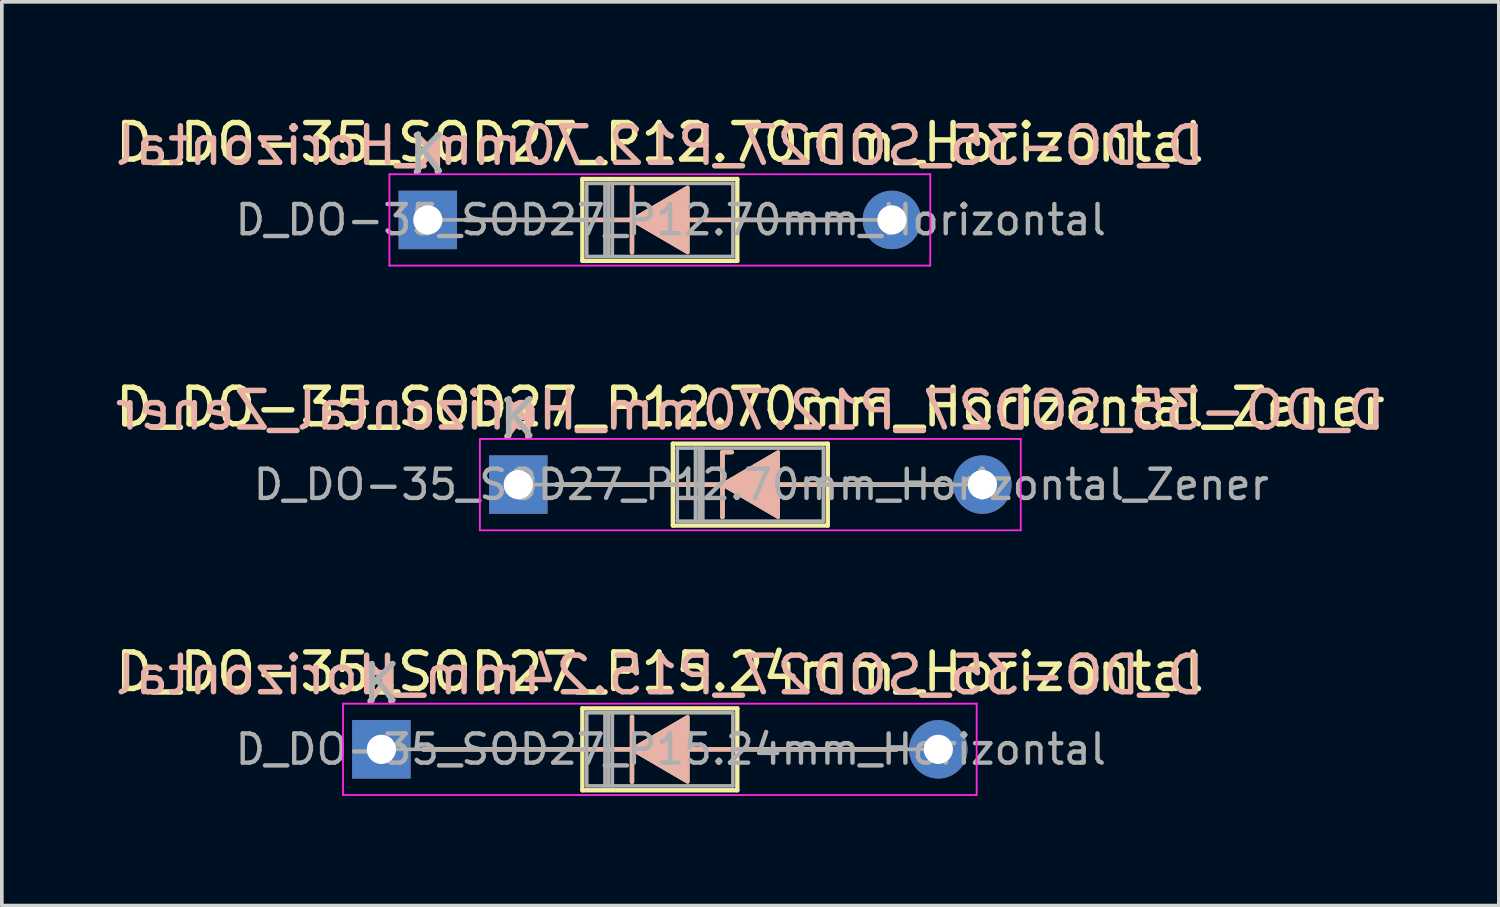
<source format=kicad_pcb>
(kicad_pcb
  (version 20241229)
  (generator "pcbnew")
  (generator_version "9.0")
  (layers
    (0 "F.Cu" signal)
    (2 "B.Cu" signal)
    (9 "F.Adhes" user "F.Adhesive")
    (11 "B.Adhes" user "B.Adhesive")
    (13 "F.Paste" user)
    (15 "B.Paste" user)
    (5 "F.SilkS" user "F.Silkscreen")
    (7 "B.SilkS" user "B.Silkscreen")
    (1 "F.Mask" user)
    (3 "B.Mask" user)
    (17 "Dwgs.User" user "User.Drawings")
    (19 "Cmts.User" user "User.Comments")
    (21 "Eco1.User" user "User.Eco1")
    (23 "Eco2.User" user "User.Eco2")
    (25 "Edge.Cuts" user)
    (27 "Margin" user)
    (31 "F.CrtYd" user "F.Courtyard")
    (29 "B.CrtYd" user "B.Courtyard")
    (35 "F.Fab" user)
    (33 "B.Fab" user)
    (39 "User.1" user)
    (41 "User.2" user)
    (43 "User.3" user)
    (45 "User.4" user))
  (footprint "D_DO-35_SOD27_P12.70mm_Horizontal_Zener"
    (layer "F.Cu")
    (at 11.132 10.211)
    (property "Reference" "D_DO-35_SOD27_P12.70mm_Horizontal_Zener" (at 6.35 -2.12 0) (layer "F.SilkS") (effects (font (size 1 1) (thickness 0.15))))
    (fp_line (start 1.04 0) (end 4.23 0) (stroke (width 0.12) (type solid)) (layer "F.SilkS"))
    (fp_line (start 4.23 -1.12) (end 4.23 1.12) (stroke (width 0.12) (type solid)) (layer "F.SilkS"))
    (fp_line (start 4.23 0) (end 5.969 0) (stroke (width 0.12) (type solid)) (layer "F.SilkS"))
    (fp_line (start 4.23 1.12) (end 8.47 1.12) (stroke (width 0.12) (type solid)) (layer "F.SilkS"))
    (fp_line (start 5.588 -0.889) (end 5.588 0.889) (stroke (width 0.12) (type solid)) (layer "F.SilkS"))
    (fp_line (start 5.588 -0.889) (end 5.842 -0.889) (stroke (width 0.12) (type solid)) (layer "F.SilkS"))
    (fp_line (start 8.47 -1.12) (end 4.23 -1.12) (stroke (width 0.12) (type solid)) (layer "F.SilkS"))
    (fp_line (start 8.47 0) (end 7.112 0) (stroke (width 0.12) (type solid)) (layer "F.SilkS"))
    (fp_line (start 8.47 1.12) (end 8.47 -1.12) (stroke (width 0.12) (type solid)) (layer "F.SilkS"))
    (fp_line (start 11.66 0) (end 8.47 0) (stroke (width 0.12) (type solid)) (layer "F.SilkS"))
    (fp_poly (pts (xy 7.112 0.889) (xy 5.588 0) (xy 7.112 -0.889)) (stroke (width 0.1) (type solid)) (fill yes) (layer "F.SilkS"))
    (fp_line (start 1.04 0) (end 4.23 0) (stroke (width 0.12) (type solid)) (layer "B.SilkS"))
    (fp_line (start 4.23 0) (end 5.969 0) (stroke (width 0.12) (type solid)) (layer "B.SilkS"))
    (fp_line (start 5.588 -0.889) (end 5.842 -0.889) (stroke (width 0.12) (type solid)) (layer "B.SilkS"))
    (fp_line (start 5.588 0.889) (end 5.588 -0.889) (stroke (width 0.12) (type solid)) (layer "B.SilkS"))
    (fp_line (start 8.47 0) (end 7.112 0) (stroke (width 0.12) (type solid)) (layer "B.SilkS"))
    (fp_line (start 11.66 0) (end 8.47 0) (stroke (width 0.12) (type solid)) (layer "B.SilkS"))
    (fp_poly (pts (xy 7.112 -0.889) (xy 5.588 0) (xy 7.112 0.889)) (stroke (width 0.1) (type solid)) (fill yes) (layer "B.SilkS"))
    (fp_line (start -1.05 -1.25) (end -1.05 1.25) (stroke (width 0.05) (type solid)) (layer "F.CrtYd"))
    (fp_line (start -1.05 1.25) (end 13.75 1.25) (stroke (width 0.05) (type solid)) (layer "F.CrtYd"))
    (fp_line (start 13.75 -1.25) (end -1.05 -1.25) (stroke (width 0.05) (type solid)) (layer "F.CrtYd"))
    (fp_line (start 13.75 1.25) (end 13.75 -1.25) (stroke (width 0.05) (type solid)) (layer "F.CrtYd"))
    (fp_line (start 0 0) (end 4.35 0) (stroke (width 0.1) (type solid)) (layer "F.Fab"))
    (fp_line (start 4.35 -1) (end 4.35 1) (stroke (width 0.1) (type solid)) (layer "F.Fab"))
    (fp_line (start 4.35 1) (end 8.35 1) (stroke (width 0.1) (type solid)) (layer "F.Fab"))
    (fp_line (start 4.85 -1) (end 4.85 1) (stroke (width 0.1) (type solid)) (layer "F.Fab"))
    (fp_line (start 4.95 -1) (end 4.95 1) (stroke (width 0.1) (type solid)) (layer "F.Fab"))
    (fp_line (start 5.05 -1) (end 5.05 1) (stroke (width 0.1) (type solid)) (layer "F.Fab"))
    (fp_line (start 8.35 -1) (end 4.35 -1) (stroke (width 0.1) (type solid)) (layer "F.Fab"))
    (fp_line (start 8.35 1) (end 8.35 -1) (stroke (width 0.1) (type solid)) (layer "F.Fab"))
    (fp_line (start 12.7 0) (end 8.35 0) (stroke (width 0.1) (type solid)) (layer "F.Fab"))
    (fp_text user "K" (at 0 -1.8 0) (layer "F.SilkS") (effects (font (size 1 1) (thickness 0.15))))
    (fp_text user "${REFERENCE}" (at 6.35 -2.032 0) (layer "B.SilkS") (effects (font (size 1 1) (thickness 0.15)) (justify mirror)))
    (fp_text user "K" (at 0 -1.778 0) (layer "B.SilkS") (effects (font (size 1 1) (thickness 0.15)) (justify mirror)))
    (fp_text user "K" (at 0 -1.8 0) (layer "F.Fab") (effects (font (size 1 1) (thickness 0.15))))
    (fp_text user "${REFERENCE}" (at 6.65 0 0) (layer "F.Fab") (effects (font (size 0.8 0.8) (thickness 0.12))))
    (pad "1" thru_hole rect (at 0 0) (size 1.6 1.6) (drill 0.8) (layers "*.Cu" "*.Mask"))
    (pad "2" thru_hole oval (at 12.7 0) (size 1.6 1.6) (drill 0.8) (layers "*.Cu" "*.Mask")))
  (footprint "D_DO-35_SOD27_P12.70mm_Horizontal"
    (layer "F.Cu")
    (at 8.656 2.968)
    (property "Reference" "D_DO-35_SOD27_P12.70mm_Horizontal" (at 6.35 -2.12 0) (layer "F.SilkS") (effects (font (size 1 1) (thickness 0.15))))
    (fp_line (start 1.04 0) (end 4.23 0) (stroke (width 0.12) (type solid)) (layer "F.SilkS"))
    (fp_line (start 4.23 -1.12) (end 4.23 1.12) (stroke (width 0.12) (type solid)) (layer "F.SilkS"))
    (fp_line (start 4.23 0) (end 5.969 0) (stroke (width 0.12) (type solid)) (layer "F.SilkS"))
    (fp_line (start 4.23 1.12) (end 8.47 1.12) (stroke (width 0.12) (type solid)) (layer "F.SilkS"))
    (fp_line (start 5.588 -0.889) (end 5.588 0.889) (stroke (width 0.12) (type solid)) (layer "F.SilkS"))
    (fp_line (start 8.47 -1.12) (end 4.23 -1.12) (stroke (width 0.12) (type solid)) (layer "F.SilkS"))
    (fp_line (start 8.47 0) (end 7.112 0) (stroke (width 0.12) (type solid)) (layer "F.SilkS"))
    (fp_line (start 8.47 1.12) (end 8.47 -1.12) (stroke (width 0.12) (type solid)) (layer "F.SilkS"))
    (fp_line (start 11.66 0) (end 8.47 0) (stroke (width 0.12) (type solid)) (layer "F.SilkS"))
    (fp_poly (pts (xy 7.112 0.889) (xy 5.588 0) (xy 7.112 -0.889)) (stroke (width 0.1) (type solid)) (fill yes) (layer "F.SilkS"))
    (fp_line (start 1.04 0) (end 4.23 0) (stroke (width 0.12) (type solid)) (layer "B.SilkS"))
    (fp_line (start 4.23 0) (end 5.969 0) (stroke (width 0.12) (type solid)) (layer "B.SilkS"))
    (fp_line (start 5.588 0.889) (end 5.588 -0.889) (stroke (width 0.12) (type solid)) (layer "B.SilkS"))
    (fp_line (start 8.47 0) (end 7.112 0) (stroke (width 0.12) (type solid)) (layer "B.SilkS"))
    (fp_line (start 11.66 0) (end 8.47 0) (stroke (width 0.12) (type solid)) (layer "B.SilkS"))
    (fp_poly (pts (xy 7.112 -0.889) (xy 5.588 0) (xy 7.112 0.889)) (stroke (width 0.1) (type solid)) (fill yes) (layer "B.SilkS"))
    (fp_line (start -1.05 -1.25) (end -1.05 1.25) (stroke (width 0.05) (type solid)) (layer "F.CrtYd"))
    (fp_line (start -1.05 1.25) (end 13.75 1.25) (stroke (width 0.05) (type solid)) (layer "F.CrtYd"))
    (fp_line (start 13.75 -1.25) (end -1.05 -1.25) (stroke (width 0.05) (type solid)) (layer "F.CrtYd"))
    (fp_line (start 13.75 1.25) (end 13.75 -1.25) (stroke (width 0.05) (type solid)) (layer "F.CrtYd"))
    (fp_line (start 0 0) (end 4.35 0) (stroke (width 0.1) (type solid)) (layer "F.Fab"))
    (fp_line (start 4.35 -1) (end 4.35 1) (stroke (width 0.1) (type solid)) (layer "F.Fab"))
    (fp_line (start 4.35 1) (end 8.35 1) (stroke (width 0.1) (type solid)) (layer "F.Fab"))
    (fp_line (start 4.85 -1) (end 4.85 1) (stroke (width 0.1) (type solid)) (layer "F.Fab"))
    (fp_line (start 4.95 -1) (end 4.95 1) (stroke (width 0.1) (type solid)) (layer "F.Fab"))
    (fp_line (start 5.05 -1) (end 5.05 1) (stroke (width 0.1) (type solid)) (layer "F.Fab"))
    (fp_line (start 8.35 -1) (end 4.35 -1) (stroke (width 0.1) (type solid)) (layer "F.Fab"))
    (fp_line (start 8.35 1) (end 8.35 -1) (stroke (width 0.1) (type solid)) (layer "F.Fab"))
    (fp_line (start 12.7 0) (end 8.35 0) (stroke (width 0.1) (type solid)) (layer "F.Fab"))
    (fp_text user "K" (at 0 -1.8 0) (layer "F.SilkS") (effects (font (size 1 1) (thickness 0.15))))
    (fp_text user "K" (at 0 -1.778 0) (layer "B.SilkS") (effects (font (size 1 1) (thickness 0.15)) (justify mirror)))
    (fp_text user "${REFERENCE}" (at 6.35 -2.032 0) (layer "B.SilkS") (effects (font (size 1 1) (thickness 0.15)) (justify mirror)))
    (fp_text user "K" (at 0 -1.8 0) (layer "F.Fab") (effects (font (size 1 1) (thickness 0.15))))
    (fp_text user "${REFERENCE}" (at 6.65 0 0) (layer "F.Fab") (effects (font (size 0.8 0.8) (thickness 0.12))))
    (pad "1" thru_hole rect (at 0 0) (size 1.6 1.6) (drill 0.8) (layers "*.Cu" "*.Mask"))
    (pad "2" thru_hole oval (at 12.7 0) (size 1.6 1.6) (drill 0.8) (layers "*.Cu" "*.Mask")))
  (footprint "D_DO-35_SOD27_P15.24mm_Horizontal"
    (layer "F.Cu")
    (at 7.386 17.455)
    (property "Reference" "D_DO-35_SOD27_P15.24mm_Horizontal" (at 7.62 -2.12 0) (layer "F.SilkS") (effects (font (size 1 1) (thickness 0.15))))
    (fp_line (start 1.143 0) (end 5.5 0) (stroke (width 0.12) (type solid)) (layer "F.SilkS"))
    (fp_line (start 5.5 -1.12) (end 5.5 1.12) (stroke (width 0.12) (type solid)) (layer "F.SilkS"))
    (fp_line (start 5.5 0) (end 7.239 0) (stroke (width 0.12) (type solid)) (layer "F.SilkS"))
    (fp_line (start 5.5 1.12) (end 9.74 1.12) (stroke (width 0.12) (type solid)) (layer "F.SilkS"))
    (fp_line (start 6.858 -0.889) (end 6.858 0.889) (stroke (width 0.12) (type solid)) (layer "F.SilkS"))
    (fp_line (start 9.74 -1.12) (end 5.5 -1.12) (stroke (width 0.12) (type solid)) (layer "F.SilkS"))
    (fp_line (start 9.74 0) (end 8.382 0) (stroke (width 0.12) (type solid)) (layer "F.SilkS"))
    (fp_line (start 9.74 1.12) (end 9.74 -1.12) (stroke (width 0.12) (type solid)) (layer "F.SilkS"))
    (fp_line (start 14.097 0) (end 9.74 0) (stroke (width 0.12) (type solid)) (layer "F.SilkS"))
    (fp_poly (pts (xy 8.382 0.889) (xy 6.858 0) (xy 8.382 -0.889)) (stroke (width 0.1) (type solid)) (fill yes) (layer "F.SilkS"))
    (fp_line (start 1.143 0) (end 5.5 0) (stroke (width 0.12) (type solid)) (layer "B.SilkS"))
    (fp_line (start 5.5 0) (end 7.239 0) (stroke (width 0.12) (type solid)) (layer "B.SilkS"))
    (fp_line (start 6.858 0.889) (end 6.858 -0.889) (stroke (width 0.12) (type solid)) (layer "B.SilkS"))
    (fp_line (start 9.74 0) (end 8.382 0) (stroke (width 0.12) (type solid)) (layer "B.SilkS"))
    (fp_line (start 14.097 0) (end 9.74 0) (stroke (width 0.12) (type solid)) (layer "B.SilkS"))
    (fp_poly (pts (xy 8.382 -0.889) (xy 6.858 0) (xy 8.382 0.889)) (stroke (width 0.1) (type solid)) (fill yes) (layer "B.SilkS"))
    (fp_line (start -1.05 -1.25) (end -1.05 1.25) (stroke (width 0.05) (type solid)) (layer "F.CrtYd"))
    (fp_line (start -1.05 1.25) (end 16.29 1.25) (stroke (width 0.05) (type solid)) (layer "F.CrtYd"))
    (fp_line (start 16.29 -1.25) (end -1.05 -1.25) (stroke (width 0.05) (type solid)) (layer "F.CrtYd"))
    (fp_line (start 16.29 1.25) (end 16.29 -1.25) (stroke (width 0.05) (type solid)) (layer "F.CrtYd"))
    (fp_line (start 0 0) (end 5.62 0) (stroke (width 0.1) (type solid)) (layer "F.Fab"))
    (fp_line (start 5.62 -1) (end 5.62 1) (stroke (width 0.1) (type solid)) (layer "F.Fab"))
    (fp_line (start 5.62 1) (end 9.62 1) (stroke (width 0.1) (type solid)) (layer "F.Fab"))
    (fp_line (start 6.12 -1) (end 6.12 1) (stroke (width 0.1) (type solid)) (layer "F.Fab"))
    (fp_line (start 6.22 -1) (end 6.22 1) (stroke (width 0.1) (type solid)) (layer "F.Fab"))
    (fp_line (start 6.32 -1) (end 6.32 1) (stroke (width 0.1) (type solid)) (layer "F.Fab"))
    (fp_line (start 9.62 -1) (end 5.62 -1) (stroke (width 0.1) (type solid)) (layer "F.Fab"))
    (fp_line (start 9.62 1) (end 9.62 -1) (stroke (width 0.1) (type solid)) (layer "F.Fab"))
    (fp_line (start 15.24 0) (end 9.62 0) (stroke (width 0.1) (type solid)) (layer "F.Fab"))
    (fp_text user "K" (at 0 -1.8 0) (layer "F.SilkS") (effects (font (size 1 1) (thickness 0.15))))
    (fp_text user "K" (at 0 -1.778 0) (layer "B.SilkS") (effects (font (size 1 1) (thickness 0.15)) (justify mirror)))
    (fp_text user "${REFERENCE}" (at 7.62 -2.032 0) (layer "B.SilkS") (effects (font (size 1 1) (thickness 0.15)) (justify mirror)))
    (fp_text user "${REFERENCE}" (at 7.92 0 0) (layer "F.Fab") (effects (font (size 0.8 0.8) (thickness 0.12))))
    (fp_text user "K" (at 0 -1.8 0) (layer "F.Fab") (effects (font (size 1 1) (thickness 0.15))))
    (pad "1" thru_hole rect (at 0 0) (size 1.6 1.6) (drill 0.8) (layers "*.Cu" "*.Mask"))
    (pad "2" thru_hole oval (at 15.24 0) (size 1.6 1.6) (drill 0.8) (layers "*.Cu" "*.Mask")))
  (gr_rect
    (start -3 -3)
    (end 37.964 21.73)
    (stroke (width 0.1) (type default))
    (fill no)
    (layer "Edge.Cuts")))
</source>
